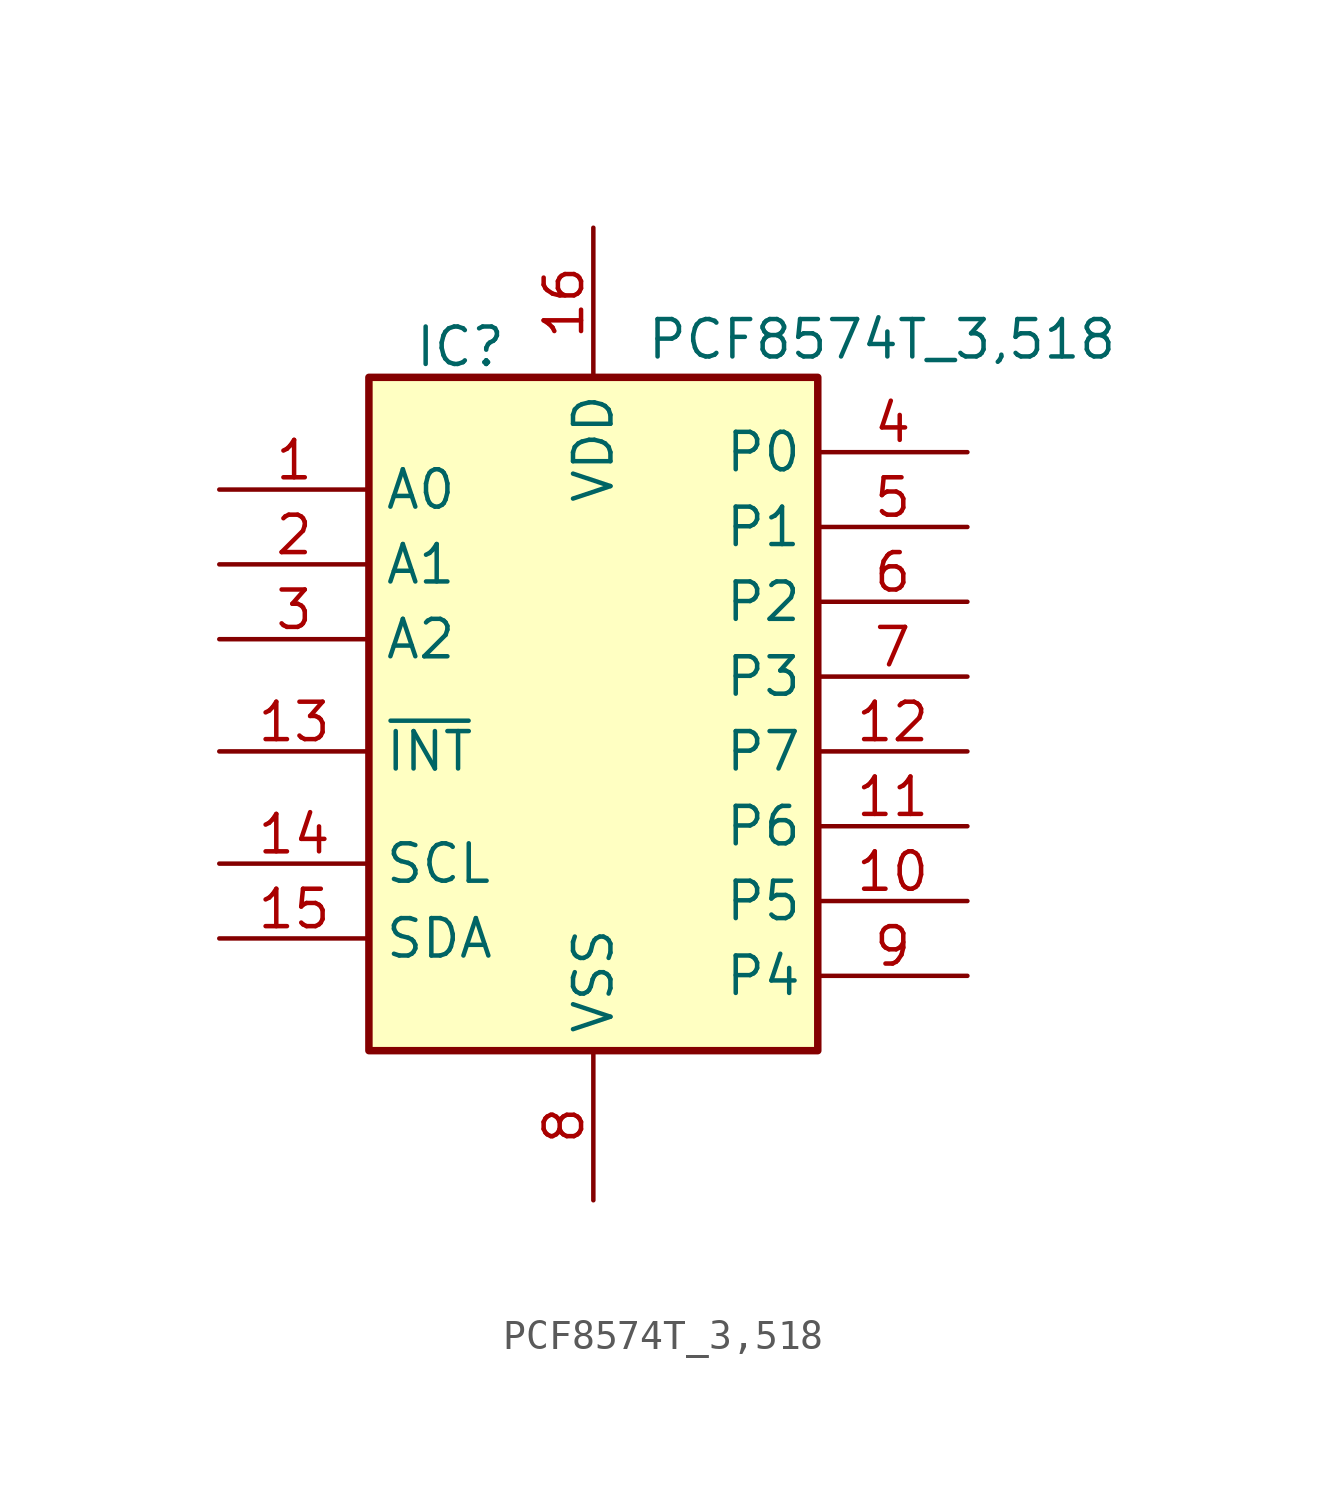
<source format=kicad_sym>
(kicad_symbol_lib
  (version 20231120)
  (generator "kicad_symbol_editor")
  (generator_version "8.0")
  (symbol "PCF8574T_3,518"
    (property "Reference" "IC"
      (at -6.096 13.208 0)
      (effects (font (size 1.27 1.27)) (justify left top)))
    (property "Value" "PCF8574T_3,518"
      (at 1.778 13.462 0)
      (effects (font (size 1.27 1.27)) (justify left top)))
    (symbol "PCF8574T_3,518_1_1"
      (rectangle (start -7.62 11.43) (end 7.62 -11.43) (stroke (width 0.254) (type default)) (fill (type background)))
      (pin passive line (at -12.7 7.62 0) (length 5.08) (name "A0" (effects (font (size 1.27 1.27)))) (number "1" (effects (font (size 1.27 1.27)))))
      (pin passive line (at 12.7 -6.35 180) (length 5.08) (name "P5" (effects (font (size 1.27 1.27)))) (number "10" (effects (font (size 1.27 1.27)))))
      (pin passive line (at 12.7 -3.81 180) (length 5.08) (name "P6" (effects (font (size 1.27 1.27)))) (number "11" (effects (font (size 1.27 1.27)))))
      (pin passive line (at 12.7 -1.27 180) (length 5.08) (name "P7" (effects (font (size 1.27 1.27)))) (number "12" (effects (font (size 1.27 1.27)))))
      (pin passive line (at -12.7 -1.27 0) (length 5.08) (name "~{INT}" (effects (font (size 1.27 1.27)))) (number "13" (effects (font (size 1.27 1.27)))))
      (pin passive line (at -12.7 -5.08 0) (length 5.08) (name "SCL" (effects (font (size 1.27 1.27)))) (number "14" (effects (font (size 1.27 1.27)))))
      (pin passive line (at -12.7 -7.62 0) (length 5.08) (name "SDA" (effects (font (size 1.27 1.27)))) (number "15" (effects (font (size 1.27 1.27)))))
      (pin passive line (at 0 16.51 270) (length 5.08) (name "VDD" (effects (font (size 1.27 1.27)))) (number "16" (effects (font (size 1.27 1.27)))))
      (pin passive line (at -12.7 5.08 0) (length 5.08) (name "A1" (effects (font (size 1.27 1.27)))) (number "2" (effects (font (size 1.27 1.27)))))
      (pin passive line (at -12.7 2.54 0) (length 5.08) (name "A2" (effects (font (size 1.27 1.27)))) (number "3" (effects (font (size 1.27 1.27)))))
      (pin passive line (at 12.7 8.89 180) (length 5.08) (name "P0" (effects (font (size 1.27 1.27)))) (number "4" (effects (font (size 1.27 1.27)))))
      (pin passive line (at 12.7 6.35 180) (length 5.08) (name "P1" (effects (font (size 1.27 1.27)))) (number "5" (effects (font (size 1.27 1.27)))))
      (pin passive line (at 12.7 3.81 180) (length 5.08) (name "P2" (effects (font (size 1.27 1.27)))) (number "6" (effects (font (size 1.27 1.27)))))
      (pin passive line (at 12.7 1.27 180) (length 5.08) (name "P3" (effects (font (size 1.27 1.27)))) (number "7" (effects (font (size 1.27 1.27)))))
      (pin passive line (at 0 -16.51 90) (length 5.08) (name "VSS" (effects (font (size 1.27 1.27)))) (number "8" (effects (font (size 1.27 1.27)))))
      (pin passive line (at 12.7 -8.89 180) (length 5.08) (name "P4" (effects (font (size 1.27 1.27)))) (number "9" (effects (font (size 1.27 1.27))))))))
</source>
